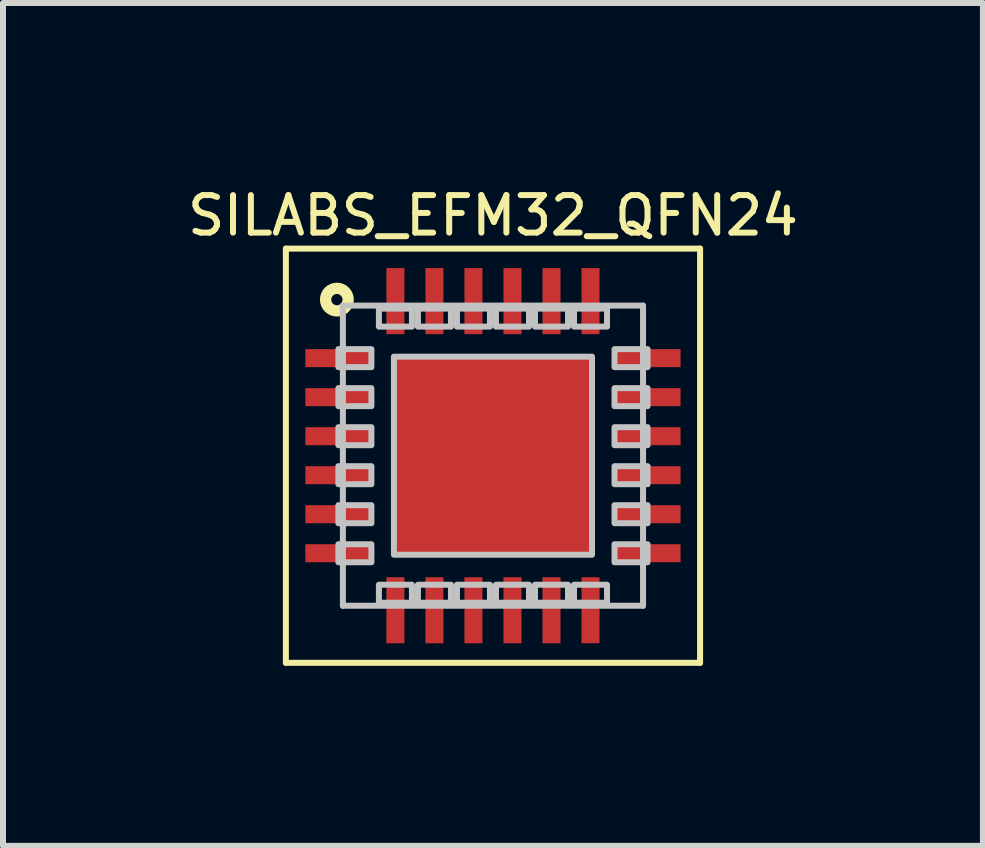
<source format=kicad_pcb>
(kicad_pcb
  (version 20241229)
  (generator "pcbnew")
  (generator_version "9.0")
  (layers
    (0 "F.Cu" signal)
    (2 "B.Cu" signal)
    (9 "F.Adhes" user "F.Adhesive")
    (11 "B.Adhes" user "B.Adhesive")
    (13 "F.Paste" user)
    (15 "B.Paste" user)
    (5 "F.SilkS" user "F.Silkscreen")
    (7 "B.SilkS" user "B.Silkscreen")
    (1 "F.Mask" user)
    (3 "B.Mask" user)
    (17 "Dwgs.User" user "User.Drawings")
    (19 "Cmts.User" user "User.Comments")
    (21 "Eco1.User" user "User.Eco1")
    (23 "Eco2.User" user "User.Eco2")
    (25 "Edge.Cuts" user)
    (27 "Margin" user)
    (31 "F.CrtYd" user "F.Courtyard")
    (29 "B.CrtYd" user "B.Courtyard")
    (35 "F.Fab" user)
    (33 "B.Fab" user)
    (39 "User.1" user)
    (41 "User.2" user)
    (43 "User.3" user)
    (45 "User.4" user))
  (footprint "SILABS_EFM32_QFN24"
    (layer "F.Cu")
    (at 5.162 4.541)
    (property "Reference" "SILABS_EFM32_QFN24" (at 0 -4 0) (layer "F.SilkS") (effects (font (size 0.625 0.625) (thickness 0.1))))
    (attr through_hole)
    (fp_line (start -3.45 -3.45) (end -3.45 3.45) (stroke (width 0.1) (type solid)) (layer "F.SilkS"))
    (fp_line (start -3.45 3.45) (end 3.45 3.45) (stroke (width 0.1) (type solid)) (layer "F.SilkS"))
    (fp_line (start 3.45 -3.45) (end -3.45 -3.45) (stroke (width 0.1) (type solid)) (layer "F.SilkS"))
    (fp_line (start 3.45 3.45) (end 3.45 -3.45) (stroke (width 0.1) (type solid)) (layer "F.SilkS"))
    (fp_circle (center -2.6 -2.6) (end -2.467 -2.467) (stroke (width 0.188) (type solid)) (fill no) (layer "F.SilkS"))
    (fp_line (start -2.5 -2.5) (end -2.5 2.5) (stroke (width 0.1) (type solid)) (layer "Dwgs.User"))
    (fp_line (start -2.5 2.5) (end 2.5 2.5) (stroke (width 0.1) (type solid)) (layer "Dwgs.User"))
    (fp_line (start 2.5 -2.5) (end -2.5 -2.5) (stroke (width 0.1) (type solid)) (layer "Dwgs.User"))
    (fp_line (start 2.5 2.5) (end 2.5 -2.5) (stroke (width 0.1) (type solid)) (layer "Dwgs.User"))
    (fp_poly (pts (xy -2.575 -1.775) (xy -2.575 -1.475) (xy -2.025 -1.475) (xy -2.025 -1.775) (xy -2.575 -1.775)) (stroke (width 0.1) (type solid)) (fill no) (layer "Dwgs.User"))
    (fp_poly (pts (xy -2.575 -1.125) (xy -2.575 -0.825) (xy -2.025 -0.825) (xy -2.025 -1.125) (xy -2.575 -1.125)) (stroke (width 0.1) (type solid)) (fill no) (layer "Dwgs.User"))
    (fp_poly (pts (xy -2.575 -0.475) (xy -2.575 -0.175) (xy -2.025 -0.175) (xy -2.025 -0.475) (xy -2.575 -0.475)) (stroke (width 0.1) (type solid)) (fill no) (layer "Dwgs.User"))
    (fp_poly (pts (xy -2.575 0.175) (xy -2.575 0.475) (xy -2.025 0.475) (xy -2.025 0.175) (xy -2.575 0.175)) (stroke (width 0.1) (type solid)) (fill no) (layer "Dwgs.User"))
    (fp_poly (pts (xy -2.575 0.825) (xy -2.575 1.125) (xy -2.025 1.125) (xy -2.025 0.825) (xy -2.575 0.825)) (stroke (width 0.1) (type solid)) (fill no) (layer "Dwgs.User"))
    (fp_poly (pts (xy -2.575 1.475) (xy -2.575 1.775) (xy -2.025 1.775) (xy -2.025 1.475) (xy -2.575 1.475)) (stroke (width 0.1) (type solid)) (fill no) (layer "Dwgs.User"))
    (fp_poly (pts (xy -1.9 -2.45) (xy -1.9 -2.15) (xy -1.35 -2.15) (xy -1.35 -2.45) (xy -1.9 -2.45)) (stroke (width 0.1) (type solid)) (fill no) (layer "Dwgs.User"))
    (fp_poly (pts (xy -1.9 2.15) (xy -1.9 2.45) (xy -1.35 2.45) (xy -1.35 2.15) (xy -1.9 2.15)) (stroke (width 0.1) (type solid)) (fill no) (layer "Dwgs.User"))
    (fp_poly (pts (xy -1.65 -1.65) (xy -1.65 1.65) (xy 1.65 1.65) (xy 1.65 -1.65) (xy -1.65 -1.65)) (stroke (width 0.1) (type solid)) (fill no) (layer "Dwgs.User"))
    (fp_poly (pts (xy -1.25 -2.45) (xy -1.25 -2.15) (xy -0.7 -2.15) (xy -0.7 -2.45) (xy -1.25 -2.45)) (stroke (width 0.1) (type solid)) (fill no) (layer "Dwgs.User"))
    (fp_poly (pts (xy -1.25 2.15) (xy -1.25 2.45) (xy -0.7 2.45) (xy -0.7 2.15) (xy -1.25 2.15)) (stroke (width 0.1) (type solid)) (fill no) (layer "Dwgs.User"))
    (fp_poly (pts (xy -0.6 -2.45) (xy -0.6 -2.15) (xy -0.05 -2.15) (xy -0.05 -2.45) (xy -0.6 -2.45)) (stroke (width 0.1) (type solid)) (fill no) (layer "Dwgs.User"))
    (fp_poly (pts (xy -0.6 2.15) (xy -0.6 2.45) (xy -0.05 2.45) (xy -0.05 2.15) (xy -0.6 2.15)) (stroke (width 0.1) (type solid)) (fill no) (layer "Dwgs.User"))
    (fp_poly (pts (xy 0.05 -2.45) (xy 0.05 -2.15) (xy 0.6 -2.15) (xy 0.6 -2.45) (xy 0.05 -2.45)) (stroke (width 0.1) (type solid)) (fill no) (layer "Dwgs.User"))
    (fp_poly (pts (xy 0.05 2.15) (xy 0.05 2.45) (xy 0.6 2.45) (xy 0.6 2.15) (xy 0.05 2.15)) (stroke (width 0.1) (type solid)) (fill no) (layer "Dwgs.User"))
    (fp_poly (pts (xy 0.7 -2.45) (xy 0.7 -2.15) (xy 1.25 -2.15) (xy 1.25 -2.45) (xy 0.7 -2.45)) (stroke (width 0.1) (type solid)) (fill no) (layer "Dwgs.User"))
    (fp_poly (pts (xy 0.7 2.15) (xy 0.7 2.45) (xy 1.25 2.45) (xy 1.25 2.15) (xy 0.7 2.15)) (stroke (width 0.1) (type solid)) (fill no) (layer "Dwgs.User"))
    (fp_poly (pts (xy 1.35 -2.45) (xy 1.35 -2.15) (xy 1.9 -2.15) (xy 1.9 -2.45) (xy 1.35 -2.45)) (stroke (width 0.1) (type solid)) (fill no) (layer "Dwgs.User"))
    (fp_poly (pts (xy 1.35 2.15) (xy 1.35 2.45) (xy 1.9 2.45) (xy 1.9 2.15) (xy 1.35 2.15)) (stroke (width 0.1) (type solid)) (fill no) (layer "Dwgs.User"))
    (fp_poly (pts (xy 2.025 -1.775) (xy 2.025 -1.475) (xy 2.575 -1.475) (xy 2.575 -1.775) (xy 2.025 -1.775)) (stroke (width 0.1) (type solid)) (fill no) (layer "Dwgs.User"))
    (fp_poly (pts (xy 2.025 -1.125) (xy 2.025 -0.825) (xy 2.575 -0.825) (xy 2.575 -1.125) (xy 2.025 -1.125)) (stroke (width 0.1) (type solid)) (fill no) (layer "Dwgs.User"))
    (fp_poly (pts (xy 2.025 -0.475) (xy 2.025 -0.175) (xy 2.575 -0.175) (xy 2.575 -0.475) (xy 2.025 -0.475)) (stroke (width 0.1) (type solid)) (fill no) (layer "Dwgs.User"))
    (fp_poly (pts (xy 2.025 0.175) (xy 2.025 0.475) (xy 2.575 0.475) (xy 2.575 0.175) (xy 2.025 0.175)) (stroke (width 0.1) (type solid)) (fill no) (layer "Dwgs.User"))
    (fp_poly (pts (xy 2.025 0.825) (xy 2.025 1.125) (xy 2.575 1.125) (xy 2.575 0.825) (xy 2.025 0.825)) (stroke (width 0.1) (type solid)) (fill no) (layer "Dwgs.User"))
    (fp_poly (pts (xy 2.025 1.475) (xy 2.025 1.775) (xy 2.575 1.775) (xy 2.575 1.475) (xy 2.025 1.475)) (stroke (width 0.1) (type solid)) (fill no) (layer "Dwgs.User"))
    (pad "0" smd rect (at 0 0) (size 3.3 3.3) (layers "F.Cu" "F.Mask" "F.Paste"))
    (pad "1" smd rect (at -2.575 -1.625 180) (size 1.1 0.3) (layers "F.Cu" "F.Mask" "F.Paste"))
    (pad "2" smd rect (at -2.575 -0.975 180) (size 1.1 0.3) (layers "F.Cu" "F.Mask" "F.Paste"))
    (pad "3" smd rect (at -2.575 -0.325 180) (size 1.1 0.3) (layers "F.Cu" "F.Mask" "F.Paste"))
    (pad "4" smd rect (at -2.575 0.325 180) (size 1.1 0.3) (layers "F.Cu" "F.Mask" "F.Paste"))
    (pad "5" smd rect (at -2.575 0.975 180) (size 1.1 0.3) (layers "F.Cu" "F.Mask" "F.Paste"))
    (pad "6" smd rect (at -2.575 1.625 180) (size 1.1 0.3) (layers "F.Cu" "F.Mask" "F.Paste"))
    (pad "7" smd rect (at -1.625 2.575 90) (size 1.1 0.3) (layers "F.Cu" "F.Mask" "F.Paste"))
    (pad "8" smd rect (at -0.975 2.575 90) (size 1.1 0.3) (layers "F.Cu" "F.Mask" "F.Paste"))
    (pad "9" smd rect (at -0.325 2.575 90) (size 1.1 0.3) (layers "F.Cu" "F.Mask" "F.Paste"))
    (pad "10" smd rect (at 0.325 2.575 90) (size 1.1 0.3) (layers "F.Cu" "F.Mask" "F.Paste"))
    (pad "11" smd rect (at 0.975 2.575 90) (size 1.1 0.3) (layers "F.Cu" "F.Mask" "F.Paste"))
    (pad "12" smd rect (at 1.625 2.575 90) (size 1.1 0.3) (layers "F.Cu" "F.Mask" "F.Paste"))
    (pad "13" smd rect (at 2.575 1.625) (size 1.1 0.3) (layers "F.Cu" "F.Mask" "F.Paste"))
    (pad "14" smd rect (at 2.575 0.975) (size 1.1 0.3) (layers "F.Cu" "F.Mask" "F.Paste"))
    (pad "15" smd rect (at 2.575 0.325) (size 1.1 0.3) (layers "F.Cu" "F.Mask" "F.Paste"))
    (pad "16" smd rect (at 2.575 -0.325) (size 1.1 0.3) (layers "F.Cu" "F.Mask" "F.Paste"))
    (pad "17" smd rect (at 2.575 -0.975) (size 1.1 0.3) (layers "F.Cu" "F.Mask" "F.Paste"))
    (pad "18" smd rect (at 2.575 -1.625) (size 1.1 0.3) (layers "F.Cu" "F.Mask" "F.Paste"))
    (pad "19" smd rect (at 1.625 -2.575 270) (size 1.1 0.3) (layers "F.Cu" "F.Mask" "F.Paste"))
    (pad "20" smd rect (at 0.975 -2.575 270) (size 1.1 0.3) (layers "F.Cu" "F.Mask" "F.Paste"))
    (pad "21" smd rect (at 0.325 -2.575 270) (size 1.1 0.3) (layers "F.Cu" "F.Mask" "F.Paste"))
    (pad "22" smd rect (at -0.325 -2.575 270) (size 1.1 0.3) (layers "F.Cu" "F.Mask" "F.Paste"))
    (pad "23" smd rect (at -0.975 -2.575 270) (size 1.1 0.3) (layers "F.Cu" "F.Mask" "F.Paste"))
    (pad "24" smd rect (at -1.625 -2.575 270) (size 1.1 0.3) (layers "F.Cu" "F.Mask" "F.Paste")))
  (gr_rect
    (start -3 -3)
    (end 13.324 11.041)
    (stroke (width 0.1) (type default))
    (fill no)
    (layer "Edge.Cuts")))
</source>
